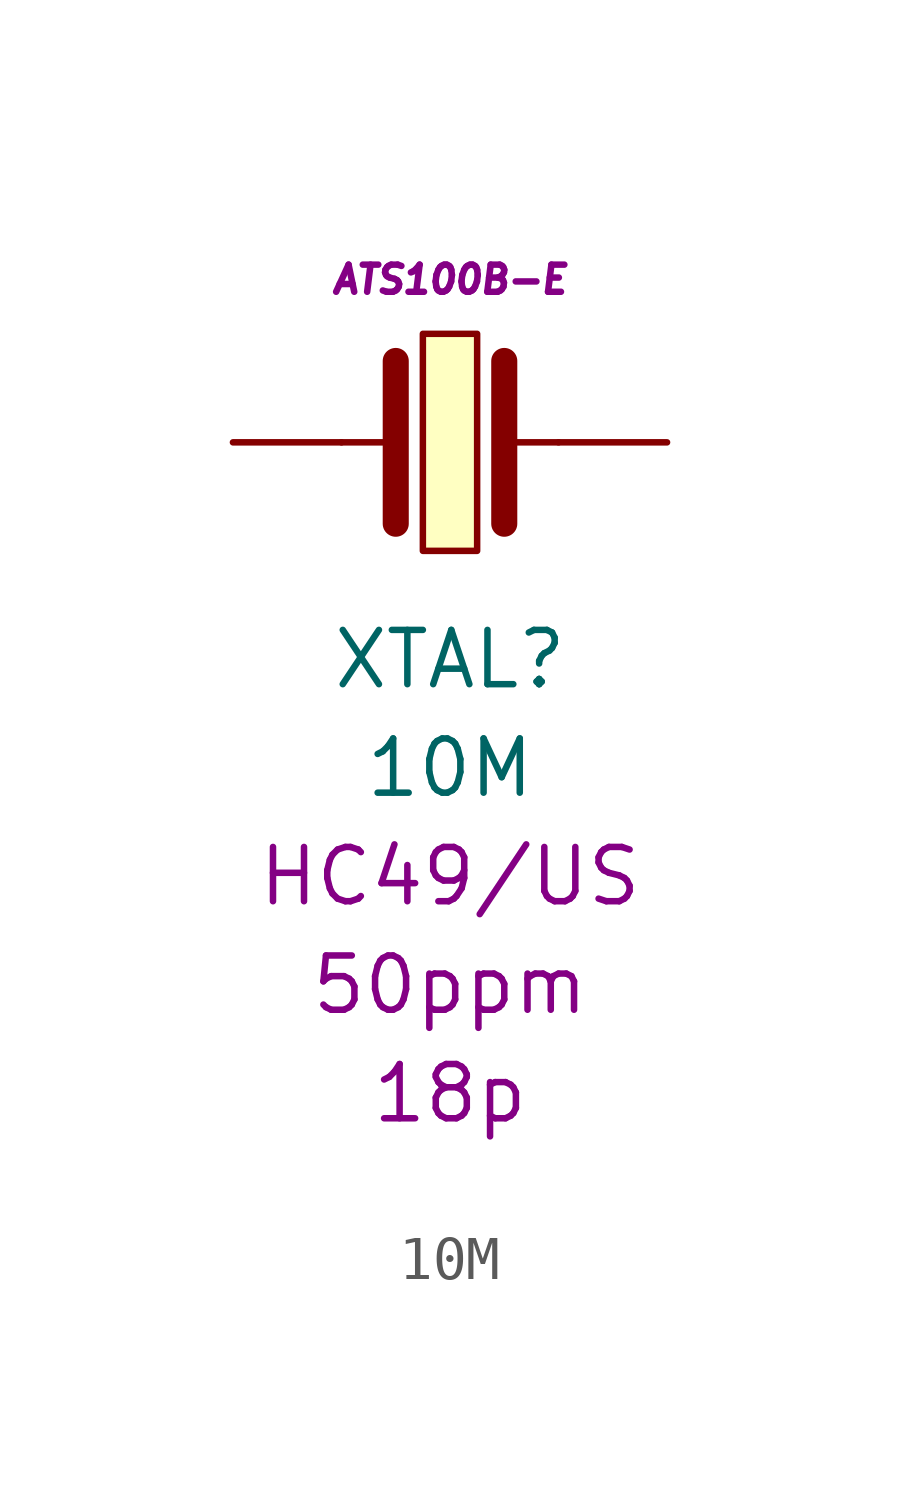
<source format=kicad_sym>
(kicad_symbol_lib
  (version 20201005)
  (generator kicad_symbol_editor)
  (symbol "10M"
    (pin_numbers hide)
    (pin_names
      (offset 1.016) hide)
    (property "Reference" "XTAL"
      (at 0 -5.08 0)
      (effects (font (size 1.27 1.27))))
    (property "Value" "10M"
      (at 0 -7.62 0)
      (effects (font (size 1.27 1.27))))
    (property "Package" "HC49/US"
      (at 0 -10.16 0)
      (effects (font (size 1.27 1.27))))
    (property "Tolerance" "50ppm"
      (at 0 -12.7 0)
      (effects (font (size 1.27 1.27))))
    (property "LoadCapacitance" "18p"
      (at 0 -15.24 0)
      (effects (font (size 1.27 1.27))))
    (property "MPN" "ATS100B-E"
      (at 0 3.81 0)
      (effects (font (size 0.635 0.635) italic)))
    (symbol "10M_0_1"
      (rectangle (start -0.635 2.54) (end 0.635 -2.54) (stroke (width 0.152)) (fill (type background)))
      (polyline (pts (xy -2.54 0) (xy -1.27 0)) (stroke (width 0.152)) (fill (type none)))
      (polyline (pts (xy -1.27 1.905) (xy -1.27 -1.905)) (stroke (width 0.61)) (fill (type none)))
      (polyline (pts (xy 1.27 0) (xy 2.54 0)) (stroke (width 0.152)) (fill (type none)))
      (polyline (pts (xy 1.27 1.905) (xy 1.27 -1.905)) (stroke (width 0.61)) (fill (type none))))
    (symbol "10M_1_1"
      (pin passive line (at -5.08 0 0) (length 2.54) (name "~" (effects (font (size 1.778 1.778)))) (number "1" (effects (font (size 1.778 1.778)))))
      (pin passive line (at 5.08 0 180) (length 2.54) (name "~" (effects (font (size 1.778 1.778)))) (number "2" (effects (font (size 1.778 1.778))))))))
</source>
